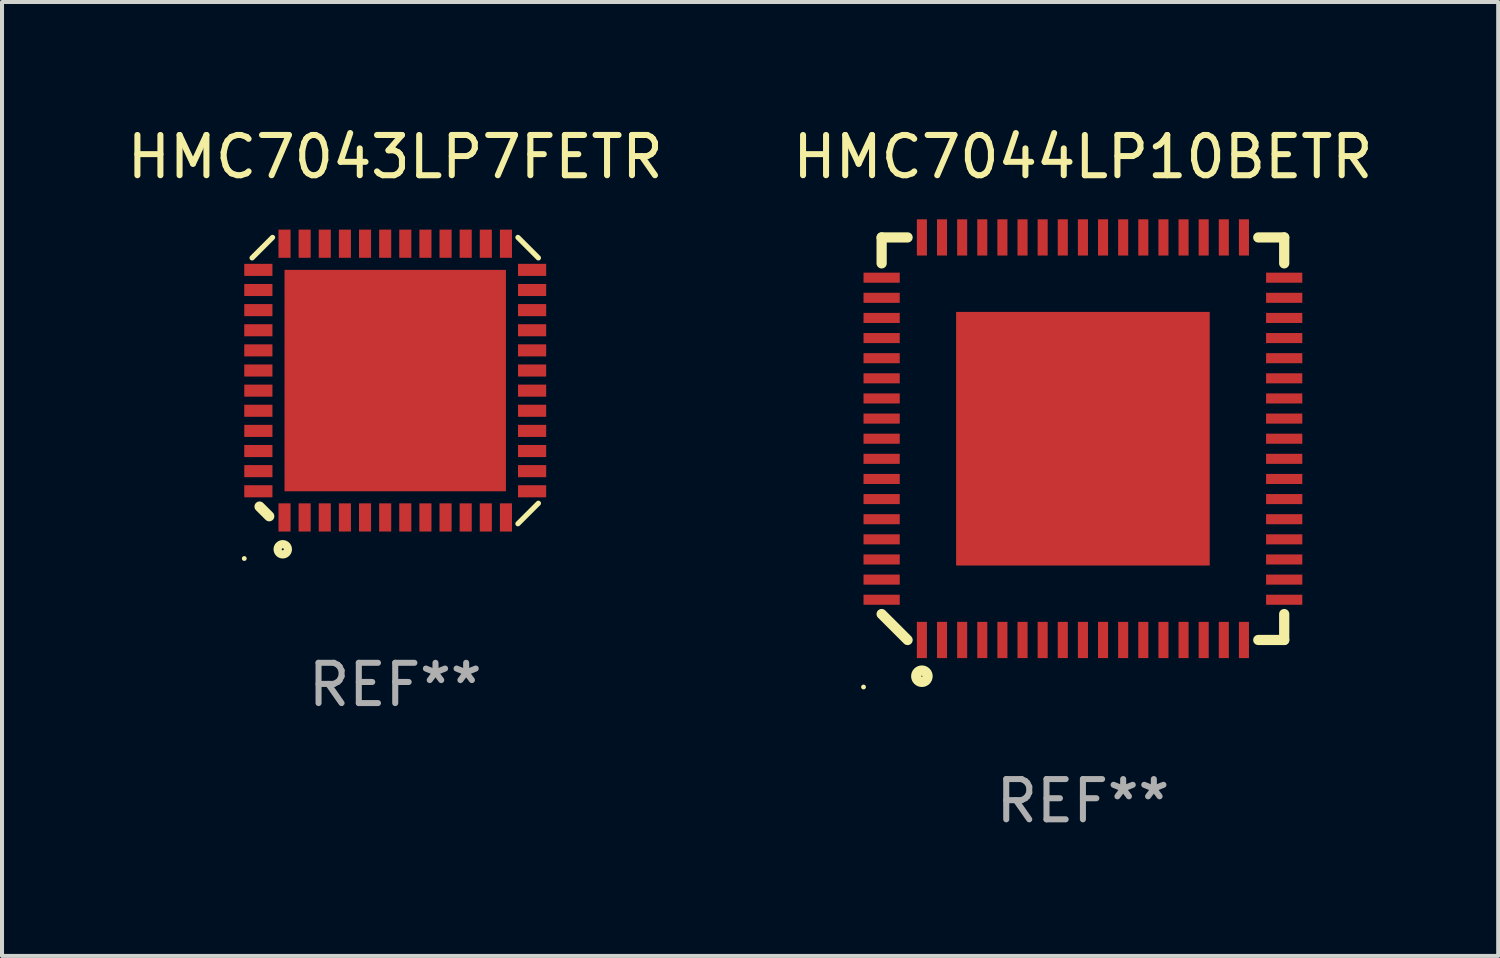
<source format=kicad_pcb>
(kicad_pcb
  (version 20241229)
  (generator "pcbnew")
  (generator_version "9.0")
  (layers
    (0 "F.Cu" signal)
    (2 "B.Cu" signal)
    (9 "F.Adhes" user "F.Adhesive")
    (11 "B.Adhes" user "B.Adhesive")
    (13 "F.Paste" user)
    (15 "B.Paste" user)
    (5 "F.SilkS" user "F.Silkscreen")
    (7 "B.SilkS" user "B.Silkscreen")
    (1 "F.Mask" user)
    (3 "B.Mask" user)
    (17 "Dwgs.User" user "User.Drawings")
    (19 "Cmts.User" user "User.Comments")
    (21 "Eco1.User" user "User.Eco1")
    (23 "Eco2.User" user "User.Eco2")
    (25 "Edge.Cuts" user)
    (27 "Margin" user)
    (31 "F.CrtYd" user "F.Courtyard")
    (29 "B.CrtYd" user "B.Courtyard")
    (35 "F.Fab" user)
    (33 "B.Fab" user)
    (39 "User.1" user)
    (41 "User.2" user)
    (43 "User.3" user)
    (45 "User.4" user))
  (footprint "HMC7043LP7FETR"
    (layer "F.Cu")
    (at 6.768 6.404)
    (property "Reference" "HMC7043LP7FETR" (at 0 -5.556 0) (layer "F.SilkS") (effects (font (size 1 1) (thickness 0.15))))
    (attr through_hole)
    (fp_line (start -3.37 3.13) (end -3.13 3.37) (stroke (width 0.254) (type solid)) (layer "F.SilkS"))
    (fp_line (start -3.048 -3.556) (end -3.556 -3.048) (stroke (width 0.129) (type solid)) (layer "F.SilkS"))
    (fp_line (start 3.048 3.556) (end 3.556 3.048) (stroke (width 0.129) (type solid)) (layer "F.SilkS"))
    (fp_line (start 3.556 -3.048) (end 3.048 -3.556) (stroke (width 0.129) (type solid)) (layer "F.SilkS"))
    (fp_circle (center -3.75 4.42) (end -3.72 4.42) (stroke (width 0.06) (type solid)) (fill no) (layer "F.SilkS"))
    (fp_circle (center -2.794 4.191) (end -2.667 4.191) (stroke (width 0.204) (type solid)) (fill no) (layer "F.SilkS"))
    (fp_text user "REF**" (at 0 7.556 0) (layer "F.Fab") (effects (font (size 1 1) (thickness 0.15))))
    (pad "1" smd rect (at -2.75 3.4) (size 0.3 0.7) (layers "F.Cu" "F.Mask" "F.Paste"))
    (pad "2" smd rect (at -2.25 3.4) (size 0.3 0.7) (layers "F.Cu" "F.Mask" "F.Paste"))
    (pad "3" smd rect (at -1.75 3.4) (size 0.3 0.7) (layers "F.Cu" "F.Mask" "F.Paste"))
    (pad "4" smd rect (at -1.25 3.4) (size 0.3 0.7) (layers "F.Cu" "F.Mask" "F.Paste"))
    (pad "5" smd rect (at -0.75 3.4) (size 0.3 0.7) (layers "F.Cu" "F.Mask" "F.Paste"))
    (pad "6" smd rect (at -0.25 3.4) (size 0.3 0.7) (layers "F.Cu" "F.Mask" "F.Paste"))
    (pad "7" smd rect (at 0.25 3.4) (size 0.3 0.7) (layers "F.Cu" "F.Mask" "F.Paste"))
    (pad "8" smd rect (at 0.75 3.4) (size 0.3 0.7) (layers "F.Cu" "F.Mask" "F.Paste"))
    (pad "9" smd rect (at 1.25 3.4) (size 0.3 0.7) (layers "F.Cu" "F.Mask" "F.Paste"))
    (pad "10" smd rect (at 1.75 3.4) (size 0.3 0.7) (layers "F.Cu" "F.Mask" "F.Paste"))
    (pad "11" smd rect (at 2.25 3.4) (size 0.3 0.7) (layers "F.Cu" "F.Mask" "F.Paste"))
    (pad "12" smd rect (at 2.75 3.4) (size 0.3 0.7) (layers "F.Cu" "F.Mask" "F.Paste"))
    (pad "13" smd rect (at 3.4 2.75) (size 0.7 0.3) (layers "F.Cu" "F.Mask" "F.Paste"))
    (pad "14" smd rect (at 3.4 2.25) (size 0.7 0.3) (layers "F.Cu" "F.Mask" "F.Paste"))
    (pad "15" smd rect (at 3.4 1.75) (size 0.7 0.3) (layers "F.Cu" "F.Mask" "F.Paste"))
    (pad "16" smd rect (at 3.4 1.25) (size 0.7 0.3) (layers "F.Cu" "F.Mask" "F.Paste"))
    (pad "17" smd rect (at 3.4 0.75) (size 0.7 0.3) (layers "F.Cu" "F.Mask" "F.Paste"))
    (pad "18" smd rect (at 3.4 0.25) (size 0.7 0.3) (layers "F.Cu" "F.Mask" "F.Paste"))
    (pad "19" smd rect (at 3.4 -0.25) (size 0.7 0.3) (layers "F.Cu" "F.Mask" "F.Paste"))
    (pad "20" smd rect (at 3.4 -0.75) (size 0.7 0.3) (layers "F.Cu" "F.Mask" "F.Paste"))
    (pad "21" smd rect (at 3.4 -1.25) (size 0.7 0.3) (layers "F.Cu" "F.Mask" "F.Paste"))
    (pad "22" smd rect (at 3.4 -1.75) (size 0.7 0.3) (layers "F.Cu" "F.Mask" "F.Paste"))
    (pad "23" smd rect (at 3.4 -2.25) (size 0.7 0.3) (layers "F.Cu" "F.Mask" "F.Paste"))
    (pad "24" smd rect (at 3.4 -2.75) (size 0.7 0.3) (layers "F.Cu" "F.Mask" "F.Paste"))
    (pad "25" smd rect (at 2.75 -3.4) (size 0.3 0.7) (layers "F.Cu" "F.Mask" "F.Paste"))
    (pad "26" smd rect (at 2.25 -3.4) (size 0.3 0.7) (layers "F.Cu" "F.Mask" "F.Paste"))
    (pad "27" smd rect (at 1.75 -3.4) (size 0.3 0.7) (layers "F.Cu" "F.Mask" "F.Paste"))
    (pad "28" smd rect (at 1.25 -3.4) (size 0.3 0.7) (layers "F.Cu" "F.Mask" "F.Paste"))
    (pad "29" smd rect (at 0.75 -3.4) (size 0.3 0.7) (layers "F.Cu" "F.Mask" "F.Paste"))
    (pad "30" smd rect (at 0.25 -3.4) (size 0.3 0.7) (layers "F.Cu" "F.Mask" "F.Paste"))
    (pad "31" smd rect (at -0.25 -3.4) (size 0.3 0.7) (layers "F.Cu" "F.Mask" "F.Paste"))
    (pad "32" smd rect (at -0.75 -3.4) (size 0.3 0.7) (layers "F.Cu" "F.Mask" "F.Paste"))
    (pad "33" smd rect (at -1.25 -3.4) (size 0.3 0.7) (layers "F.Cu" "F.Mask" "F.Paste"))
    (pad "34" smd rect (at -1.75 -3.4) (size 0.3 0.7) (layers "F.Cu" "F.Mask" "F.Paste"))
    (pad "35" smd rect (at -2.25 -3.4) (size 0.3 0.7) (layers "F.Cu" "F.Mask" "F.Paste"))
    (pad "36" smd rect (at -2.75 -3.4) (size 0.3 0.7) (layers "F.Cu" "F.Mask" "F.Paste"))
    (pad "37" smd rect (at -3.4 -2.75) (size 0.7 0.3) (layers "F.Cu" "F.Mask" "F.Paste"))
    (pad "38" smd rect (at -3.4 -2.25) (size 0.7 0.3) (layers "F.Cu" "F.Mask" "F.Paste"))
    (pad "39" smd rect (at -3.4 -1.75) (size 0.7 0.3) (layers "F.Cu" "F.Mask" "F.Paste"))
    (pad "40" smd rect (at -3.4 -1.25) (size 0.7 0.3) (layers "F.Cu" "F.Mask" "F.Paste"))
    (pad "41" smd rect (at -3.4 -0.75) (size 0.7 0.3) (layers "F.Cu" "F.Mask" "F.Paste"))
    (pad "42" smd rect (at -3.4 -0.25) (size 0.7 0.3) (layers "F.Cu" "F.Mask" "F.Paste"))
    (pad "43" smd rect (at -3.4 0.25) (size 0.7 0.3) (layers "F.Cu" "F.Mask" "F.Paste"))
    (pad "44" smd rect (at -3.4 0.75) (size 0.7 0.3) (layers "F.Cu" "F.Mask" "F.Paste"))
    (pad "45" smd rect (at -3.4 1.25) (size 0.7 0.3) (layers "F.Cu" "F.Mask" "F.Paste"))
    (pad "46" smd rect (at -3.4 1.75) (size 0.7 0.3) (layers "F.Cu" "F.Mask" "F.Paste"))
    (pad "47" smd rect (at -3.4 2.25) (size 0.7 0.3) (layers "F.Cu" "F.Mask" "F.Paste"))
    (pad "48" smd rect (at -3.4 2.75) (size 0.7 0.3) (layers "F.Cu" "F.Mask" "F.Paste"))
    (pad "49" smd rect (at 0 0) (size 5.5 5.5) (layers "F.Cu" "F.Mask" "F.Paste")))
  (footprint "HMC7044LP10BETR"
    (layer "F.Cu")
    (at 23.851 7.848)
    (property "Reference" "HMC7044LP10BETR" (at 0 -7 0) (layer "F.SilkS") (effects (font (size 1 1) (thickness 0.15))))
    (attr through_hole)
    (fp_line (start -5 -5) (end -5 -4.356) (stroke (width 0.254) (type solid)) (layer "F.SilkS"))
    (fp_line (start -5 4.356) (end -4.356 5) (stroke (width 0.254) (type solid)) (layer "F.SilkS"))
    (fp_line (start -4.356 -5) (end -5 -5) (stroke (width 0.254) (type solid)) (layer "F.SilkS"))
    (fp_line (start 4.356 5) (end 5 5) (stroke (width 0.254) (type solid)) (layer "F.SilkS"))
    (fp_line (start 5 -5) (end 4.356 -5) (stroke (width 0.254) (type solid)) (layer "F.SilkS"))
    (fp_line (start 5 -4.356) (end 5 -5) (stroke (width 0.254) (type solid)) (layer "F.SilkS"))
    (fp_line (start 5 5) (end 5 4.356) (stroke (width 0.254) (type solid)) (layer "F.SilkS"))
    (fp_circle (center -5.45 6.168) (end -5.42 6.168) (stroke (width 0.06) (type solid)) (fill no) (layer "F.SilkS"))
    (fp_circle (center -4 5.9) (end -3.859 5.9) (stroke (width 0.254) (type solid)) (fill no) (layer "F.SilkS"))
    (fp_text user "REF**" (at 0 9 0) (layer "F.Fab") (effects (font (size 1 1) (thickness 0.15))))
    (pad "1" smd rect (at -4 5 90) (size 0.9 0.25) (layers "F.Cu" "F.Mask" "F.Paste"))
    (pad "2" smd rect (at -3.5 5 90) (size 0.9 0.25) (layers "F.Cu" "F.Mask" "F.Paste"))
    (pad "3" smd rect (at -3 5 90) (size 0.9 0.25) (layers "F.Cu" "F.Mask" "F.Paste"))
    (pad "4" smd rect (at -2.5 5 90) (size 0.9 0.25) (layers "F.Cu" "F.Mask" "F.Paste"))
    (pad "5" smd rect (at -2 5 90) (size 0.9 0.25) (layers "F.Cu" "F.Mask" "F.Paste"))
    (pad "6" smd rect (at -1.5 5 90) (size 0.9 0.25) (layers "F.Cu" "F.Mask" "F.Paste"))
    (pad "7" smd rect (at -1 5 90) (size 0.9 0.25) (layers "F.Cu" "F.Mask" "F.Paste"))
    (pad "8" smd rect (at -0.5 5 90) (size 0.9 0.25) (layers "F.Cu" "F.Mask" "F.Paste"))
    (pad "9" smd rect (at 0 5 90) (size 0.9 0.25) (layers "F.Cu" "F.Mask" "F.Paste"))
    (pad "10" smd rect (at 0.5 5 90) (size 0.9 0.25) (layers "F.Cu" "F.Mask" "F.Paste"))
    (pad "11" smd rect (at 1 5 90) (size 0.9 0.25) (layers "F.Cu" "F.Mask" "F.Paste"))
    (pad "12" smd rect (at 1.5 5 90) (size 0.9 0.25) (layers "F.Cu" "F.Mask" "F.Paste"))
    (pad "13" smd rect (at 2 5 90) (size 0.9 0.25) (layers "F.Cu" "F.Mask" "F.Paste"))
    (pad "14" smd rect (at 2.5 5 90) (size 0.9 0.25) (layers "F.Cu" "F.Mask" "F.Paste"))
    (pad "15" smd rect (at 3 5 90) (size 0.9 0.25) (layers "F.Cu" "F.Mask" "F.Paste"))
    (pad "16" smd rect (at 3.5 5 90) (size 0.9 0.25) (layers "F.Cu" "F.Mask" "F.Paste"))
    (pad "17" smd rect (at 4 5 90) (size 0.9 0.25) (layers "F.Cu" "F.Mask" "F.Paste"))
    (pad "18" smd rect (at 5 4 180) (size 0.9 0.25) (layers "F.Cu" "F.Mask" "F.Paste"))
    (pad "19" smd rect (at 5 3.5 180) (size 0.9 0.25) (layers "F.Cu" "F.Mask" "F.Paste"))
    (pad "20" smd rect (at 5 3 180) (size 0.9 0.25) (layers "F.Cu" "F.Mask" "F.Paste"))
    (pad "21" smd rect (at 5 2.5 180) (size 0.9 0.25) (layers "F.Cu" "F.Mask" "F.Paste"))
    (pad "22" smd rect (at 5 2 180) (size 0.9 0.25) (layers "F.Cu" "F.Mask" "F.Paste"))
    (pad "23" smd rect (at 5 1.5 180) (size 0.9 0.25) (layers "F.Cu" "F.Mask" "F.Paste"))
    (pad "24" smd rect (at 5 1 180) (size 0.9 0.25) (layers "F.Cu" "F.Mask" "F.Paste"))
    (pad "25" smd rect (at 5 0.5 180) (size 0.9 0.25) (layers "F.Cu" "F.Mask" "F.Paste"))
    (pad "26" smd rect (at 5 -0.000013 180) (size 0.9 0.25) (layers "F.Cu" "F.Mask" "F.Paste"))
    (pad "27" smd rect (at 5 -0.5 180) (size 0.9 0.25) (layers "F.Cu" "F.Mask" "F.Paste"))
    (pad "28" smd rect (at 5 -1 180) (size 0.9 0.25) (layers "F.Cu" "F.Mask" "F.Paste"))
    (pad "29" smd rect (at 5 -1.5 180) (size 0.9 0.25) (layers "F.Cu" "F.Mask" "F.Paste"))
    (pad "30" smd rect (at 5 -2 180) (size 0.9 0.25) (layers "F.Cu" "F.Mask" "F.Paste"))
    (pad "31" smd rect (at 5 -2.5 180) (size 0.9 0.25) (layers "F.Cu" "F.Mask" "F.Paste"))
    (pad "32" smd rect (at 5 -3 180) (size 0.9 0.25) (layers "F.Cu" "F.Mask" "F.Paste"))
    (pad "33" smd rect (at 5 -3.5 180) (size 0.9 0.25) (layers "F.Cu" "F.Mask" "F.Paste"))
    (pad "34" smd rect (at 5 -4 180) (size 0.9 0.25) (layers "F.Cu" "F.Mask" "F.Paste"))
    (pad "35" smd rect (at 4 -5 270) (size 0.9 0.25) (layers "F.Cu" "F.Mask" "F.Paste"))
    (pad "36" smd rect (at 3.5 -5 270) (size 0.9 0.25) (layers "F.Cu" "F.Mask" "F.Paste"))
    (pad "37" smd rect (at 3 -5 270) (size 0.9 0.25) (layers "F.Cu" "F.Mask" "F.Paste"))
    (pad "38" smd rect (at 2.5 -5 270) (size 0.9 0.25) (layers "F.Cu" "F.Mask" "F.Paste"))
    (pad "39" smd rect (at 2 -5 270) (size 0.9 0.25) (layers "F.Cu" "F.Mask" "F.Paste"))
    (pad "40" smd rect (at 1.5 -5 270) (size 0.9 0.25) (layers "F.Cu" "F.Mask" "F.Paste"))
    (pad "41" smd rect (at 1 -5 270) (size 0.9 0.25) (layers "F.Cu" "F.Mask" "F.Paste"))
    (pad "42" smd rect (at 0.5 -5 270) (size 0.9 0.25) (layers "F.Cu" "F.Mask" "F.Paste"))
    (pad "43" smd rect (at 0 -5 270) (size 0.9 0.25) (layers "F.Cu" "F.Mask" "F.Paste"))
    (pad "44" smd rect (at -0.5 -5 270) (size 0.9 0.25) (layers "F.Cu" "F.Mask" "F.Paste"))
    (pad "45" smd rect (at -1 -5 270) (size 0.9 0.25) (layers "F.Cu" "F.Mask" "F.Paste"))
    (pad "46" smd rect (at -1.5 -5 270) (size 0.9 0.25) (layers "F.Cu" "F.Mask" "F.Paste"))
    (pad "47" smd rect (at -2 -5 270) (size 0.9 0.25) (layers "F.Cu" "F.Mask" "F.Paste"))
    (pad "48" smd rect (at -2.5 -5 270) (size 0.9 0.25) (layers "F.Cu" "F.Mask" "F.Paste"))
    (pad "49" smd rect (at -3 -5 270) (size 0.9 0.25) (layers "F.Cu" "F.Mask" "F.Paste"))
    (pad "50" smd rect (at -3.5 -5 270) (size 0.9 0.25) (layers "F.Cu" "F.Mask" "F.Paste"))
    (pad "51" smd rect (at -4 -5 270) (size 0.9 0.25) (layers "F.Cu" "F.Mask" "F.Paste"))
    (pad "52" smd rect (at -5 -4) (size 0.9 0.25) (layers "F.Cu" "F.Mask" "F.Paste"))
    (pad "53" smd rect (at -5 -3.5) (size 0.9 0.25) (layers "F.Cu" "F.Mask" "F.Paste"))
    (pad "54" smd rect (at -5 -3) (size 0.9 0.25) (layers "F.Cu" "F.Mask" "F.Paste"))
    (pad "55" smd rect (at -5 -2.5) (size 0.9 0.25) (layers "F.Cu" "F.Mask" "F.Paste"))
    (pad "56" smd rect (at -5 -2) (size 0.9 0.25) (layers "F.Cu" "F.Mask" "F.Paste"))
    (pad "57" smd rect (at -5 -1.5) (size 0.9 0.25) (layers "F.Cu" "F.Mask" "F.Paste"))
    (pad "58" smd rect (at -5 -1) (size 0.9 0.25) (layers "F.Cu" "F.Mask" "F.Paste"))
    (pad "59" smd rect (at -5 -0.5) (size 0.9 0.25) (layers "F.Cu" "F.Mask" "F.Paste"))
    (pad "60" smd rect (at -5 -0.000013) (size 0.9 0.25) (layers "F.Cu" "F.Mask" "F.Paste"))
    (pad "61" smd rect (at -5 0.5) (size 0.9 0.25) (layers "F.Cu" "F.Mask" "F.Paste"))
    (pad "62" smd rect (at -5 1) (size 0.9 0.25) (layers "F.Cu" "F.Mask" "F.Paste"))
    (pad "63" smd rect (at -5 1.5) (size 0.9 0.25) (layers "F.Cu" "F.Mask" "F.Paste"))
    (pad "64" smd rect (at -5 2) (size 0.9 0.25) (layers "F.Cu" "F.Mask" "F.Paste"))
    (pad "65" smd rect (at -5 2.5) (size 0.9 0.25) (layers "F.Cu" "F.Mask" "F.Paste"))
    (pad "66" smd rect (at -5 3) (size 0.9 0.25) (layers "F.Cu" "F.Mask" "F.Paste"))
    (pad "67" smd rect (at -5 3.5) (size 0.9 0.25) (layers "F.Cu" "F.Mask" "F.Paste"))
    (pad "68" smd rect (at -5 4) (size 0.9 0.25) (layers "F.Cu" "F.Mask" "F.Paste"))
    (pad "69" smd rect (at 0 -0.000013 180) (size 6.3 6.3) (layers "F.Cu" "F.Mask" "F.Paste")))
  (gr_rect
    (start -3 -3)
    (end 34.167 20.697)
    (stroke (width 0.1) (type default))
    (fill no)
    (layer "Edge.Cuts")))
</source>
